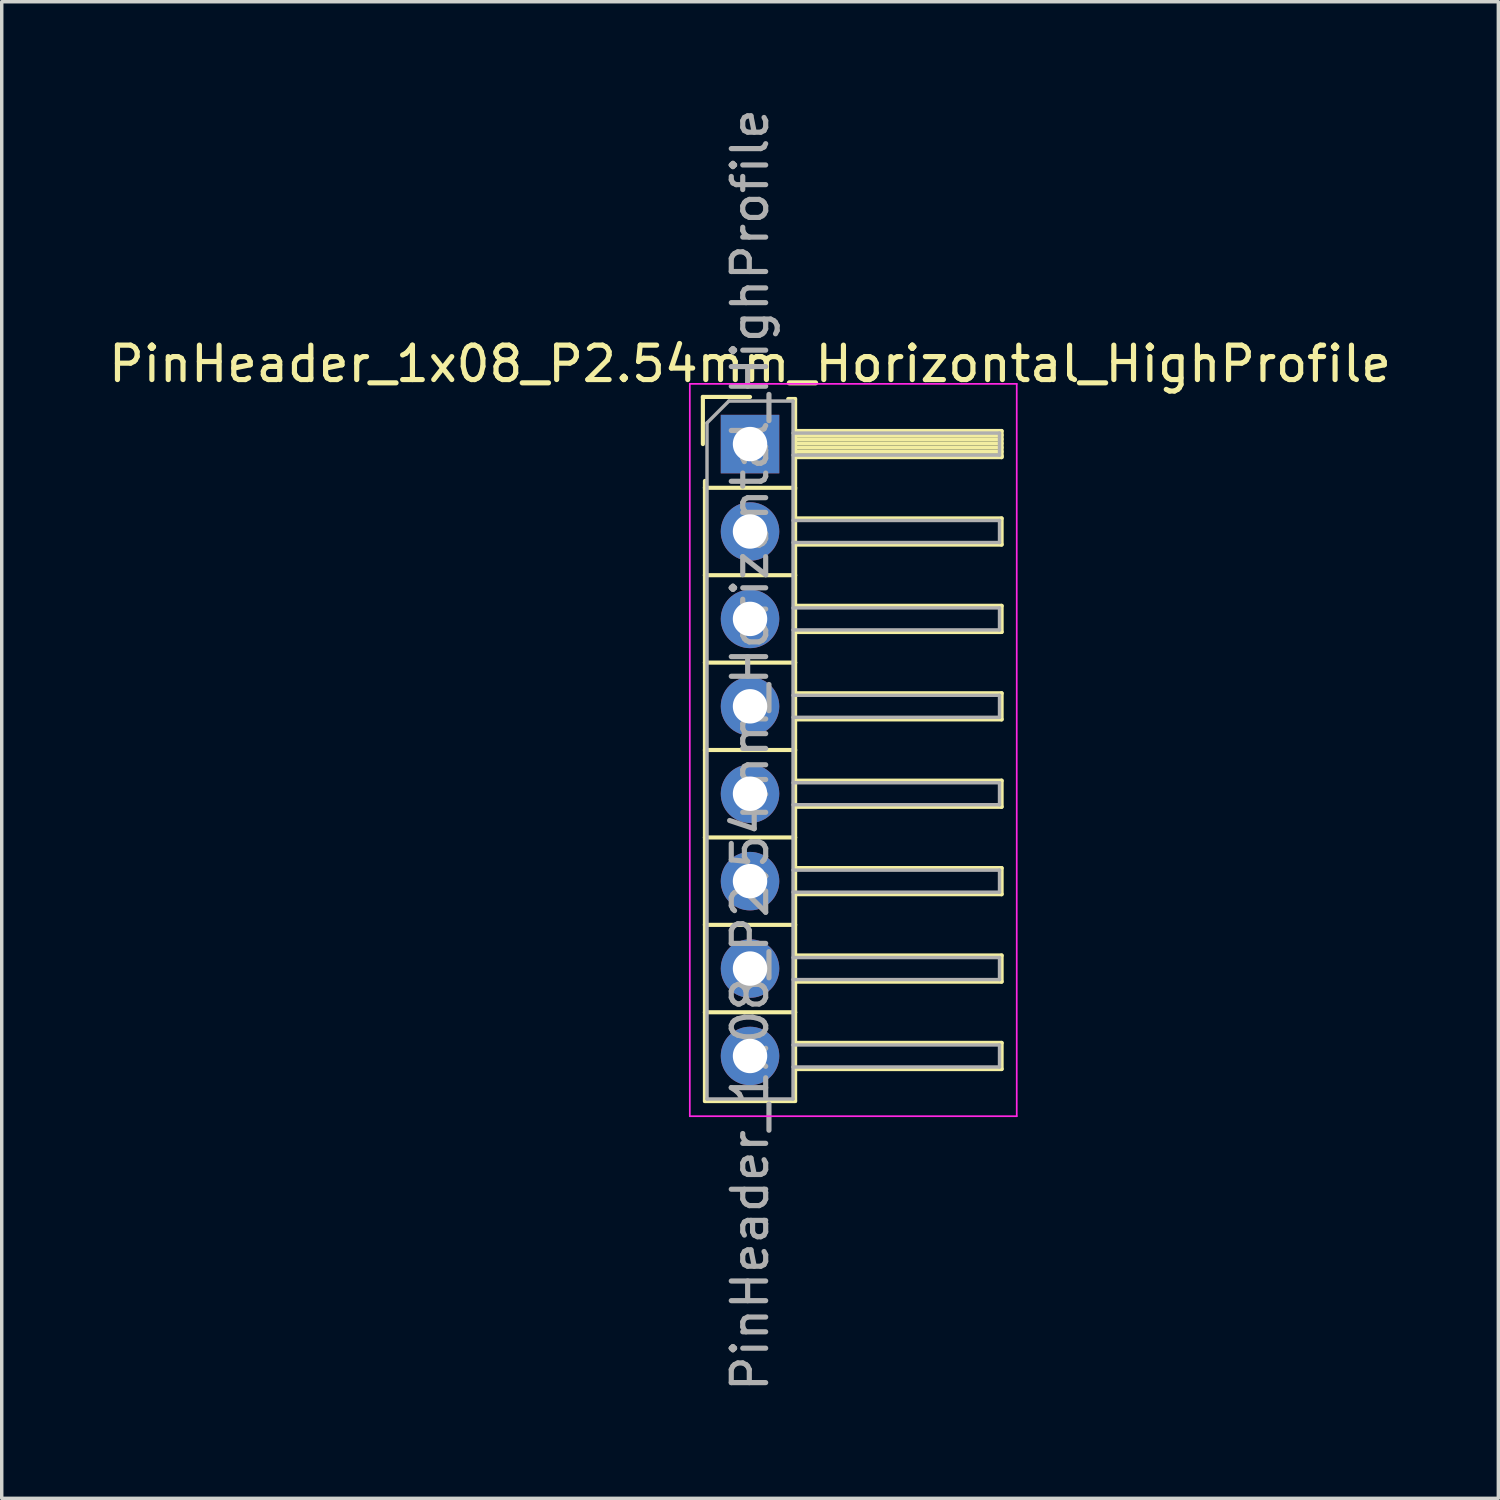
<source format=kicad_pcb>
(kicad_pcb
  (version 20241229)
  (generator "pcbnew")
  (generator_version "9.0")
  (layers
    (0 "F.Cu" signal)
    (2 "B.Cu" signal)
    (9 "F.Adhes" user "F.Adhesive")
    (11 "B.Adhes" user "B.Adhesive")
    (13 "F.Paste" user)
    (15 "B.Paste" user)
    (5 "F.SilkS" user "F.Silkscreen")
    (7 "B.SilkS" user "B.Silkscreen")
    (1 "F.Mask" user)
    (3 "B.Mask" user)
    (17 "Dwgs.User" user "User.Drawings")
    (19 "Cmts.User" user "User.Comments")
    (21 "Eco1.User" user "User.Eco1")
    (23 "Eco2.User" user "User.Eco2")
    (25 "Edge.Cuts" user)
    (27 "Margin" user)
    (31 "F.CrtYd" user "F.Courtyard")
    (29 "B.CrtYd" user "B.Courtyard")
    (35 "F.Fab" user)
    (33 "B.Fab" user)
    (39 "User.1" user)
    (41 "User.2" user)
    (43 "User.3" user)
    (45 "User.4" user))
  (footprint "PinHeader_1x08_P2.54mm_Horizontal_HighProfile"
    (layer "F.Cu")
    (at 18.744 9.854)
    (property "Reference" "PinHeader_1x08_P2.54mm_Horizontal_HighProfile" (at 0 -2.33 0) (layer "F.SilkS") (effects (font (size 1 1) (thickness 0.15))))
    (attr through_hole)
    (fp_line (start -1.37 -1.37) (end -1.37 0) (stroke (width 0.12) (type solid)) (layer "F.SilkS"))
    (fp_line (start -1.37 -1.37) (end 0 -1.37) (stroke (width 0.12) (type solid)) (layer "F.SilkS"))
    (fp_line (start -1.31 1.27) (end -1.31 1.07) (stroke (width 0.12) (type solid)) (layer "F.SilkS"))
    (fp_line (start -1.31 1.27) (end -1.31 3.81) (stroke (width 0.12) (type solid)) (layer "F.SilkS"))
    (fp_line (start -1.31 1.27) (end 1.31 1.27) (stroke (width 0.12) (type solid)) (layer "F.SilkS"))
    (fp_line (start -1.31 3.81) (end -1.31 6.35) (stroke (width 0.12) (type solid)) (layer "F.SilkS"))
    (fp_line (start -1.31 3.81) (end 1.31 3.81) (stroke (width 0.12) (type solid)) (layer "F.SilkS"))
    (fp_line (start -1.31 6.35) (end -1.31 8.89) (stroke (width 0.12) (type solid)) (layer "F.SilkS"))
    (fp_line (start -1.31 6.35) (end 1.31 6.35) (stroke (width 0.12) (type solid)) (layer "F.SilkS"))
    (fp_line (start -1.31 8.89) (end -1.31 11.43) (stroke (width 0.12) (type solid)) (layer "F.SilkS"))
    (fp_line (start -1.31 8.89) (end 1.31 8.89) (stroke (width 0.12) (type solid)) (layer "F.SilkS"))
    (fp_line (start -1.31 11.43) (end -1.31 13.97) (stroke (width 0.12) (type solid)) (layer "F.SilkS"))
    (fp_line (start -1.31 11.43) (end 1.31 11.43) (stroke (width 0.12) (type solid)) (layer "F.SilkS"))
    (fp_line (start -1.31 13.97) (end -1.31 16.51) (stroke (width 0.12) (type solid)) (layer "F.SilkS"))
    (fp_line (start -1.31 13.97) (end 1.31 13.97) (stroke (width 0.12) (type solid)) (layer "F.SilkS"))
    (fp_line (start -1.31 16.51) (end -1.31 19.09) (stroke (width 0.12) (type solid)) (layer "F.SilkS"))
    (fp_line (start -1.31 16.51) (end 1.31 16.51) (stroke (width 0.12) (type solid)) (layer "F.SilkS"))
    (fp_line (start -1.31 19.09) (end 1.31 19.09) (stroke (width 0.12) (type solid)) (layer "F.SilkS"))
    (fp_line (start 1.11 -1.31) (end 1.31 -1.31) (stroke (width 0.12) (type solid)) (layer "F.SilkS"))
    (fp_line (start 1.31 -1.31) (end 1.31 1.31) (stroke (width 0.12) (type solid)) (layer "F.SilkS"))
    (fp_line (start 1.31 -0.38) (end 7.31 -0.38) (stroke (width 0.12) (type solid)) (layer "F.SilkS"))
    (fp_line (start 1.31 -0.26) (end 7.31 -0.26) (stroke (width 0.12) (type solid)) (layer "F.SilkS"))
    (fp_line (start 1.31 -0.14) (end 7.31 -0.14) (stroke (width 0.12) (type solid)) (layer "F.SilkS"))
    (fp_line (start 1.31 -0.02) (end 7.31 -0.02) (stroke (width 0.12) (type solid)) (layer "F.SilkS"))
    (fp_line (start 1.31 0.1) (end 7.31 0.1) (stroke (width 0.12) (type solid)) (layer "F.SilkS"))
    (fp_line (start 1.31 0.22) (end 7.31 0.22) (stroke (width 0.12) (type solid)) (layer "F.SilkS"))
    (fp_line (start 1.31 0.34) (end 7.31 0.34) (stroke (width 0.12) (type solid)) (layer "F.SilkS"))
    (fp_line (start 1.31 0.38) (end 7.31 0.38) (stroke (width 0.12) (type solid)) (layer "F.SilkS"))
    (fp_line (start 1.31 1.27) (end 1.31 3.81) (stroke (width 0.12) (type solid)) (layer "F.SilkS"))
    (fp_line (start 1.31 2.16) (end 7.31 2.16) (stroke (width 0.12) (type solid)) (layer "F.SilkS"))
    (fp_line (start 1.31 2.92) (end 7.31 2.92) (stroke (width 0.12) (type solid)) (layer "F.SilkS"))
    (fp_line (start 1.31 3.81) (end 1.31 6.35) (stroke (width 0.12) (type solid)) (layer "F.SilkS"))
    (fp_line (start 1.31 4.7) (end 7.31 4.7) (stroke (width 0.12) (type solid)) (layer "F.SilkS"))
    (fp_line (start 1.31 5.46) (end 7.31 5.46) (stroke (width 0.12) (type solid)) (layer "F.SilkS"))
    (fp_line (start 1.31 6.35) (end 1.31 8.89) (stroke (width 0.12) (type solid)) (layer "F.SilkS"))
    (fp_line (start 1.31 7.24) (end 7.31 7.24) (stroke (width 0.12) (type solid)) (layer "F.SilkS"))
    (fp_line (start 1.31 8) (end 7.31 8) (stroke (width 0.12) (type solid)) (layer "F.SilkS"))
    (fp_line (start 1.31 8.89) (end 1.31 11.43) (stroke (width 0.12) (type solid)) (layer "F.SilkS"))
    (fp_line (start 1.31 9.78) (end 7.31 9.78) (stroke (width 0.12) (type solid)) (layer "F.SilkS"))
    (fp_line (start 1.31 10.54) (end 7.31 10.54) (stroke (width 0.12) (type solid)) (layer "F.SilkS"))
    (fp_line (start 1.31 11.43) (end 1.31 13.97) (stroke (width 0.12) (type solid)) (layer "F.SilkS"))
    (fp_line (start 1.31 12.32) (end 7.31 12.32) (stroke (width 0.12) (type solid)) (layer "F.SilkS"))
    (fp_line (start 1.31 13.08) (end 7.31 13.08) (stroke (width 0.12) (type solid)) (layer "F.SilkS"))
    (fp_line (start 1.31 13.97) (end 1.31 16.51) (stroke (width 0.12) (type solid)) (layer "F.SilkS"))
    (fp_line (start 1.31 14.86) (end 7.31 14.86) (stroke (width 0.12) (type solid)) (layer "F.SilkS"))
    (fp_line (start 1.31 15.62) (end 7.31 15.62) (stroke (width 0.12) (type solid)) (layer "F.SilkS"))
    (fp_line (start 1.31 16.51) (end 1.31 19.09) (stroke (width 0.12) (type solid)) (layer "F.SilkS"))
    (fp_line (start 1.31 17.4) (end 7.31 17.4) (stroke (width 0.12) (type solid)) (layer "F.SilkS"))
    (fp_line (start 1.31 18.16) (end 7.31 18.16) (stroke (width 0.12) (type solid)) (layer "F.SilkS"))
    (fp_line (start 7.31 -0.38) (end 7.31 0.38) (stroke (width 0.12) (type solid)) (layer "F.SilkS"))
    (fp_line (start 7.31 2.16) (end 7.31 2.92) (stroke (width 0.12) (type solid)) (layer "F.SilkS"))
    (fp_line (start 7.31 4.7) (end 7.31 5.46) (stroke (width 0.12) (type solid)) (layer "F.SilkS"))
    (fp_line (start 7.31 7.24) (end 7.31 8) (stroke (width 0.12) (type solid)) (layer "F.SilkS"))
    (fp_line (start 7.31 9.78) (end 7.31 10.54) (stroke (width 0.12) (type solid)) (layer "F.SilkS"))
    (fp_line (start 7.31 12.32) (end 7.31 13.08) (stroke (width 0.12) (type solid)) (layer "F.SilkS"))
    (fp_line (start 7.31 14.86) (end 7.31 15.62) (stroke (width 0.12) (type solid)) (layer "F.SilkS"))
    (fp_line (start 7.31 17.4) (end 7.31 18.16) (stroke (width 0.12) (type solid)) (layer "F.SilkS"))
    (fp_line (start -1.75 -1.75) (end -1.75 19.53) (stroke (width 0.05) (type solid)) (layer "F.CrtYd"))
    (fp_line (start -1.75 -1.75) (end 7.75 -1.75) (stroke (width 0.05) (type solid)) (layer "F.CrtYd"))
    (fp_line (start -1.75 19.53) (end 7.75 19.53) (stroke (width 0.05) (type solid)) (layer "F.CrtYd"))
    (fp_line (start 7.75 -1.75) (end 7.75 19.53) (stroke (width 0.05) (type solid)) (layer "F.CrtYd"))
    (fp_line (start -1.25 -0.615) (end -1.25 19.03) (stroke (width 0.1) (type solid)) (layer "F.Fab"))
    (fp_line (start -1.25 -0.615) (end -0.615 -1.25) (stroke (width 0.1) (type solid)) (layer "F.Fab"))
    (fp_line (start -1.25 19.03) (end 1.25 19.03) (stroke (width 0.1) (type solid)) (layer "F.Fab"))
    (fp_line (start -0.615 -1.25) (end 1.25 -1.25) (stroke (width 0.1) (type solid)) (layer "F.Fab"))
    (fp_line (start 1.25 -1.25) (end 1.25 19.03) (stroke (width 0.1) (type solid)) (layer "F.Fab"))
    (fp_line (start 1.25 -0.32) (end 7.25 -0.32) (stroke (width 0.1) (type solid)) (layer "F.Fab"))
    (fp_line (start 1.25 0.32) (end 7.25 0.32) (stroke (width 0.1) (type solid)) (layer "F.Fab"))
    (fp_line (start 1.25 2.22) (end 7.25 2.22) (stroke (width 0.1) (type solid)) (layer "F.Fab"))
    (fp_line (start 1.25 2.86) (end 7.25 2.86) (stroke (width 0.1) (type solid)) (layer "F.Fab"))
    (fp_line (start 1.25 4.76) (end 7.25 4.76) (stroke (width 0.1) (type solid)) (layer "F.Fab"))
    (fp_line (start 1.25 5.4) (end 7.25 5.4) (stroke (width 0.1) (type solid)) (layer "F.Fab"))
    (fp_line (start 1.25 7.3) (end 7.25 7.3) (stroke (width 0.1) (type solid)) (layer "F.Fab"))
    (fp_line (start 1.25 7.94) (end 7.25 7.94) (stroke (width 0.1) (type solid)) (layer "F.Fab"))
    (fp_line (start 1.25 9.84) (end 7.25 9.84) (stroke (width 0.1) (type solid)) (layer "F.Fab"))
    (fp_line (start 1.25 10.48) (end 7.25 10.48) (stroke (width 0.1) (type solid)) (layer "F.Fab"))
    (fp_line (start 1.25 12.38) (end 7.25 12.38) (stroke (width 0.1) (type solid)) (layer "F.Fab"))
    (fp_line (start 1.25 13.02) (end 7.25 13.02) (stroke (width 0.1) (type solid)) (layer "F.Fab"))
    (fp_line (start 1.25 14.92) (end 7.25 14.92) (stroke (width 0.1) (type solid)) (layer "F.Fab"))
    (fp_line (start 1.25 15.56) (end 7.25 15.56) (stroke (width 0.1) (type solid)) (layer "F.Fab"))
    (fp_line (start 1.25 17.46) (end 7.25 17.46) (stroke (width 0.1) (type solid)) (layer "F.Fab"))
    (fp_line (start 1.25 18.1) (end 7.25 18.1) (stroke (width 0.1) (type solid)) (layer "F.Fab"))
    (fp_line (start 7.25 -0.32) (end 7.25 0.32) (stroke (width 0.1) (type solid)) (layer "F.Fab"))
    (fp_line (start 7.25 2.22) (end 7.25 2.86) (stroke (width 0.1) (type solid)) (layer "F.Fab"))
    (fp_line (start 7.25 4.76) (end 7.25 5.4) (stroke (width 0.1) (type solid)) (layer "F.Fab"))
    (fp_line (start 7.25 7.3) (end 7.25 7.94) (stroke (width 0.1) (type solid)) (layer "F.Fab"))
    (fp_line (start 7.25 9.84) (end 7.25 10.48) (stroke (width 0.1) (type solid)) (layer "F.Fab"))
    (fp_line (start 7.25 12.38) (end 7.25 13.02) (stroke (width 0.1) (type solid)) (layer "F.Fab"))
    (fp_line (start 7.25 14.92) (end 7.25 15.56) (stroke (width 0.1) (type solid)) (layer "F.Fab"))
    (fp_line (start 7.25 17.46) (end 7.25 18.1) (stroke (width 0.1) (type solid)) (layer "F.Fab"))
    (fp_text user "${REFERENCE}" (at 0 8.89 90) (layer "F.Fab") (effects (font (size 1 1) (thickness 0.15))))
    (pad "1" thru_hole rect (at 0 0) (size 1.7 1.7) (drill 1) (layers "*.Cu" "*.Mask"))
    (pad "2" thru_hole oval (at 0 2.54) (size 1.7 1.7) (drill 1) (layers "*.Cu" "*.Mask"))
    (pad "3" thru_hole oval (at 0 5.08) (size 1.7 1.7) (drill 1) (layers "*.Cu" "*.Mask"))
    (pad "4" thru_hole oval (at 0 7.62) (size 1.7 1.7) (drill 1) (layers "*.Cu" "*.Mask"))
    (pad "5" thru_hole oval (at 0 10.16) (size 1.7 1.7) (drill 1) (layers "*.Cu" "*.Mask"))
    (pad "6" thru_hole oval (at 0 12.7) (size 1.7 1.7) (drill 1) (layers "*.Cu" "*.Mask"))
    (pad "7" thru_hole oval (at 0 15.24) (size 1.7 1.7) (drill 1) (layers "*.Cu" "*.Mask"))
    (pad "8" thru_hole oval (at 0 17.78) (size 1.7 1.7) (drill 1) (layers "*.Cu" "*.Mask")))
  (gr_rect
    (start -3 -3)
    (end 40.488 40.488)
    (stroke (width 0.1) (type default))
    (fill no)
    (layer "Edge.Cuts")))
</source>
